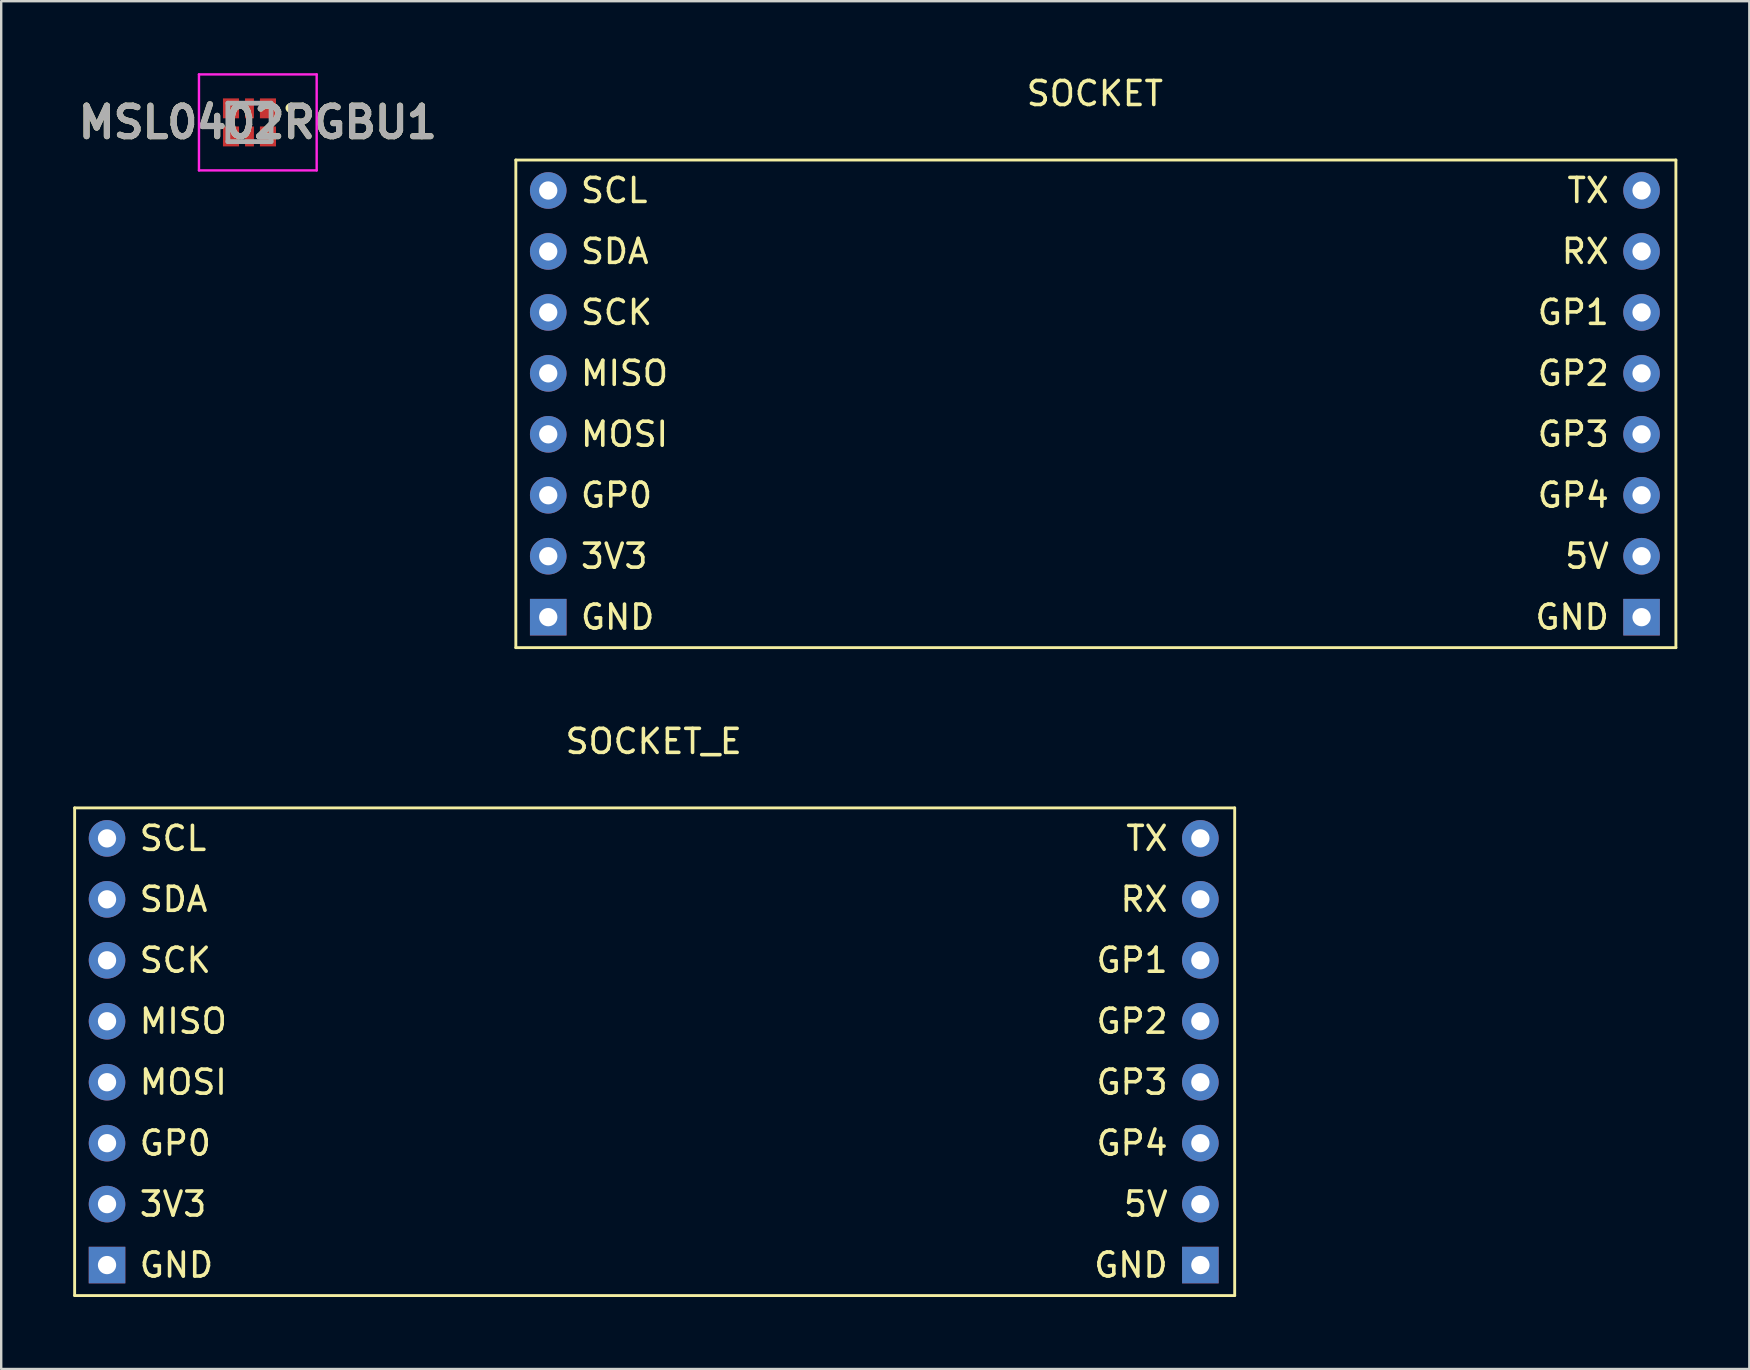
<source format=kicad_pcb>
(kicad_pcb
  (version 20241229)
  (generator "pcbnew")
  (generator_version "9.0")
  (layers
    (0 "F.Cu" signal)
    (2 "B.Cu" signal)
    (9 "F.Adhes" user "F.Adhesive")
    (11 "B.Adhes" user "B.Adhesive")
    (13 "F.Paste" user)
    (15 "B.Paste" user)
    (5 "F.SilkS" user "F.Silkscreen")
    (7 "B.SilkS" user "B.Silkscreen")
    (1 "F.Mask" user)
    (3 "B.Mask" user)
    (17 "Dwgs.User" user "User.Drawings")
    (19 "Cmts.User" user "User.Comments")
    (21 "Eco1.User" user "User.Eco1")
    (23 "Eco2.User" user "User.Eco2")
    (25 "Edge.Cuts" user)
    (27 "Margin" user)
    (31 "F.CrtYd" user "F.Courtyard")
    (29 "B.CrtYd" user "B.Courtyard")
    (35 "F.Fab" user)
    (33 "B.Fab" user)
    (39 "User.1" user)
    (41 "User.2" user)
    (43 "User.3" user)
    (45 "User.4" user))
  (footprint "SOCKET"
    (layer "F.Cu")
    (at 42.575 2.348)
    (property "Reference" "SOCKET" (at 0 -1.5 0) (layer "F.SilkS") (effects (font (size 1 1) (thickness 0.15))))
    (attr through_hole)
    (fp_line (start -24.13 1.27) (end 24.21 1.27) (stroke (width 0.12) (type solid)) (layer "F.SilkS"))
    (fp_line (start -24.13 21.59) (end -24.13 1.27) (stroke (width 0.12) (type solid)) (layer "F.SilkS"))
    (fp_line (start 24.21 1.27) (end 24.21 21.59) (stroke (width 0.12) (type solid)) (layer "F.SilkS"))
    (fp_line (start 24.21 21.59) (end -24.13 21.59) (stroke (width 0.12) (type solid)) (layer "F.SilkS"))
    (fp_text user "GND" (at -21.51 20.32 0) (layer "F.SilkS") (effects (font (size 1 1) (thickness 0.15)) (justify left)))
    (fp_text user "MISO" (at -21.51 10.16 0) (layer "F.SilkS") (effects (font (size 1 1) (thickness 0.15)) (justify left)))
    (fp_text user "GP4" (at 21.51 15.24 0) (layer "F.SilkS") (effects (font (size 1 1) (thickness 0.15)) (justify right)))
    (fp_text user "SDA" (at -21.51 5.08 0) (layer "F.SilkS") (effects (font (size 1 1) (thickness 0.15)) (justify left)))
    (fp_text user "5V" (at 21.51 17.78 0) (layer "F.SilkS") (effects (font (size 1 1) (thickness 0.15)) (justify right)))
    (fp_text user "GND" (at 21.51 20.32 0) (layer "F.SilkS") (effects (font (size 1 1) (thickness 0.15)) (justify right)))
    (fp_text user "GP2" (at 21.51 10.16 0) (layer "F.SilkS") (effects (font (size 1 1) (thickness 0.15)) (justify right)))
    (fp_text user "SCL" (at -21.51 2.54 0) (layer "F.SilkS") (effects (font (size 1 1) (thickness 0.15)) (justify left)))
    (fp_text user "GP3" (at 21.51 12.7 0) (layer "F.SilkS") (effects (font (size 1 1) (thickness 0.15)) (justify right)))
    (fp_text user "SCK" (at -21.51 7.62 0) (layer "F.SilkS") (effects (font (size 1 1) (thickness 0.15)) (justify left)))
    (fp_text user "3V3" (at -21.51 17.78 0) (layer "F.SilkS") (effects (font (size 1 1) (thickness 0.15)) (justify left)))
    (fp_text user "MOSI" (at -21.51 12.7 0) (layer "F.SilkS") (effects (font (size 1 1) (thickness 0.15)) (justify left)))
    (fp_text user "GP0" (at -21.51 15.24 0) (layer "F.SilkS") (effects (font (size 1 1) (thickness 0.15)) (justify left)))
    (fp_text user "GP1" (at 21.51 7.62 0) (layer "F.SilkS") (effects (font (size 1 1) (thickness 0.15)) (justify right)))
    (fp_text user "RX" (at 21.51 5.08 0) (layer "F.SilkS") (effects (font (size 1 1) (thickness 0.15)) (justify right)))
    (fp_text user "TX" (at 21.51 2.54 0) (layer "F.SilkS") (effects (font (size 1 1) (thickness 0.15)) (justify right)))
    (pad "1" thru_hole circle (at -22.78 2.54) (size 1.524 1.524) (drill 0.762) (layers "*.Cu" "*.Mask"))
    (pad "2" thru_hole circle (at -22.78 5.08) (size 1.524 1.524) (drill 0.762) (layers "*.Cu" "*.Mask"))
    (pad "3" thru_hole circle (at -22.78 7.62) (size 1.524 1.524) (drill 0.762) (layers "*.Cu" "*.Mask"))
    (pad "4" thru_hole circle (at -22.78 10.16) (size 1.524 1.524) (drill 0.762) (layers "*.Cu" "*.Mask"))
    (pad "5" thru_hole circle (at -22.78 12.7) (size 1.524 1.524) (drill 0.762) (layers "*.Cu" "*.Mask"))
    (pad "6" thru_hole circle (at -22.78 15.24) (size 1.524 1.524) (drill 0.762) (layers "*.Cu" "*.Mask"))
    (pad "7" thru_hole circle (at -22.78 17.78) (size 1.524 1.524) (drill 0.762) (layers "*.Cu" "*.Mask"))
    (pad "8" thru_hole rect (at -22.78 20.32) (size 1.524 1.524) (drill 0.762) (layers "*.Cu" "*.Mask"))
    (pad "9" thru_hole rect (at 22.78 20.32) (size 1.524 1.524) (drill 0.762) (layers "*.Cu" "*.Mask"))
    (pad "10" thru_hole circle (at 22.78 17.78) (size 1.524 1.524) (drill 0.762) (layers "*.Cu" "*.Mask"))
    (pad "11" thru_hole circle (at 22.78 15.24) (size 1.524 1.524) (drill 0.762) (layers "*.Cu" "*.Mask"))
    (pad "12" thru_hole circle (at 22.78 12.7) (size 1.524 1.524) (drill 0.762) (layers "*.Cu" "*.Mask"))
    (pad "13" thru_hole circle (at 22.78 10.16) (size 1.524 1.524) (drill 0.762) (layers "*.Cu" "*.Mask"))
    (pad "14" thru_hole circle (at 22.78 7.62) (size 1.524 1.524) (drill 0.762) (layers "*.Cu" "*.Mask"))
    (pad "15" thru_hole circle (at 22.78 5.08) (size 1.524 1.524) (drill 0.762) (layers "*.Cu" "*.Mask"))
    (pad "16" thru_hole circle (at 22.78 2.54) (size 1.524 1.524) (drill 0.762) (layers "*.Cu" "*.Mask")))
  (footprint "SOCKET_E"
    (layer "F.Cu")
    (at 24.19 29.346)
    (property "Reference" "SOCKET_E" (at 0 -1.5 0) (layer "F.SilkS") (effects (font (size 1 1) (thickness 0.15))))
    (attr through_hole)
    (fp_line (start -24.13 1.27) (end 24.21 1.27) (stroke (width 0.12) (type solid)) (layer "F.SilkS"))
    (fp_line (start -24.13 21.59) (end -24.13 1.27) (stroke (width 0.12) (type solid)) (layer "F.SilkS"))
    (fp_line (start 24.21 1.27) (end 24.21 21.59) (stroke (width 0.12) (type solid)) (layer "F.SilkS"))
    (fp_line (start 24.21 21.59) (end -24.13 21.59) (stroke (width 0.12) (type solid)) (layer "F.SilkS"))
    (fp_text user "RX" (at 21.51 5.08 0) (layer "F.SilkS") (effects (font (size 1 1) (thickness 0.15)) (justify right)))
    (fp_text user "5V" (at 21.51 17.78 0) (layer "F.SilkS") (effects (font (size 1 1) (thickness 0.15)) (justify right)))
    (fp_text user "GP1" (at 21.51 7.62 0) (layer "F.SilkS") (effects (font (size 1 1) (thickness 0.15)) (justify right)))
    (fp_text user "MISO" (at -21.51 10.16 0) (layer "F.SilkS") (effects (font (size 1 1) (thickness 0.15)) (justify left)))
    (fp_text user "GP0" (at -21.51 15.24 0) (layer "F.SilkS") (effects (font (size 1 1) (thickness 0.15)) (justify left)))
    (fp_text user "GND" (at 21.51 20.32 0) (layer "F.SilkS") (effects (font (size 1 1) (thickness 0.15)) (justify right)))
    (fp_text user "MOSI" (at -21.51 12.7 0) (layer "F.SilkS") (effects (font (size 1 1) (thickness 0.15)) (justify left)))
    (fp_text user "3V3" (at -21.51 17.78 0) (layer "F.SilkS") (effects (font (size 1 1) (thickness 0.15)) (justify left)))
    (fp_text user "GP4" (at 21.51 15.24 0) (layer "F.SilkS") (effects (font (size 1 1) (thickness 0.15)) (justify right)))
    (fp_text user "GP3" (at 21.51 12.7 0) (layer "F.SilkS") (effects (font (size 1 1) (thickness 0.15)) (justify right)))
    (fp_text user "SCL" (at -21.51 2.54 0) (layer "F.SilkS") (effects (font (size 1 1) (thickness 0.15)) (justify left)))
    (fp_text user "GP2" (at 21.51 10.16 0) (layer "F.SilkS") (effects (font (size 1 1) (thickness 0.15)) (justify right)))
    (fp_text user "GND" (at -21.51 20.32 0) (layer "F.SilkS") (effects (font (size 1 1) (thickness 0.15)) (justify left)))
    (fp_text user "SDA" (at -21.51 5.08 0) (layer "F.SilkS") (effects (font (size 1 1) (thickness 0.15)) (justify left)))
    (fp_text user "TX" (at 21.51 2.54 0) (layer "F.SilkS") (effects (font (size 1 1) (thickness 0.15)) (justify right)))
    (fp_text user "SCK" (at -21.51 7.62 0) (layer "F.SilkS") (effects (font (size 1 1) (thickness 0.15)) (justify left)))
    (pad "1" thru_hole circle (at -22.78 2.54) (size 1.524 1.524) (drill 0.762) (layers "*.Cu" "*.Mask"))
    (pad "2" thru_hole circle (at -22.78 5.08) (size 1.524 1.524) (drill 0.762) (layers "*.Cu" "*.Mask"))
    (pad "3" thru_hole circle (at -22.78 7.62) (size 1.524 1.524) (drill 0.762) (layers "*.Cu" "*.Mask"))
    (pad "4" thru_hole circle (at -22.78 10.16) (size 1.524 1.524) (drill 0.762) (layers "*.Cu" "*.Mask"))
    (pad "5" thru_hole circle (at -22.78 12.7) (size 1.524 1.524) (drill 0.762) (layers "*.Cu" "*.Mask"))
    (pad "6" thru_hole circle (at -22.78 15.24) (size 1.524 1.524) (drill 0.762) (layers "*.Cu" "*.Mask"))
    (pad "7" thru_hole circle (at -22.78 17.78) (size 1.524 1.524) (drill 0.762) (layers "*.Cu" "*.Mask"))
    (pad "8" thru_hole rect (at -22.78 20.32) (size 1.524 1.524) (drill 0.762) (layers "*.Cu" "*.Mask"))
    (pad "9" thru_hole rect (at 22.78 20.32) (size 1.524 1.524) (drill 0.762) (layers "*.Cu" "*.Mask"))
    (pad "10" thru_hole circle (at 22.78 17.78) (size 1.524 1.524) (drill 0.762) (layers "*.Cu" "*.Mask"))
    (pad "11" thru_hole circle (at 22.78 15.24) (size 1.524 1.524) (drill 0.762) (layers "*.Cu" "*.Mask"))
    (pad "12" thru_hole circle (at 22.78 12.7) (size 1.524 1.524) (drill 0.762) (layers "*.Cu" "*.Mask"))
    (pad "13" thru_hole circle (at 22.78 10.16) (size 1.524 1.524) (drill 0.762) (layers "*.Cu" "*.Mask"))
    (pad "14" thru_hole circle (at 22.78 7.62) (size 1.524 1.524) (drill 0.762) (layers "*.Cu" "*.Mask"))
    (pad "15" thru_hole circle (at 22.78 5.08) (size 1.524 1.524) (drill 0.762) (layers "*.Cu" "*.Mask"))
    (pad "16" thru_hole circle (at 22.78 2.54) (size 1.524 1.524) (drill 0.762) (layers "*.Cu" "*.Mask")))
  (footprint "MSL0402RGBU1"
    (layer "F.Cu")
    (at 7.796 2.05)
    (property "Reference" "MSL0402RGBU1" (at -0.103 0 0) (layer "F.SilkS") (effects (font (size 1.27 1.27) (thickness 0.254))))
    (attr smd)
    (fp_line (start 1.25 -0.7) (end 1.25 -0.7) (stroke (width 0.2) (type solid)) (layer "F.SilkS"))
    (fp_line (start 1.25 -0.5) (end 1.25 -0.5) (stroke (width 0.2) (type solid)) (layer "F.SilkS"))
    (fp_arc (start 1.25 -0.7) (mid 1.35 -0.6) (end 1.25 -0.5) (stroke (width 0.2) (type solid)) (layer "F.SilkS"))
    (fp_arc (start 1.25 -0.5) (mid 1.15 -0.6) (end 1.25 -0.7) (stroke (width 0.2) (type solid)) (layer "F.SilkS"))
    (fp_line (start -2.555 -2) (end 2.35 -2) (stroke (width 0.1) (type solid)) (layer "F.CrtYd"))
    (fp_line (start -2.555 2) (end -2.555 -2) (stroke (width 0.1) (type solid)) (layer "F.CrtYd"))
    (fp_line (start 2.35 -2) (end 2.35 2) (stroke (width 0.1) (type solid)) (layer "F.CrtYd"))
    (fp_line (start 2.35 2) (end -2.555 2) (stroke (width 0.1) (type solid)) (layer "F.CrtYd"))
    (fp_line (start -1.35 -0.8) (end 0.45 -0.8) (stroke (width 0.2) (type solid)) (layer "F.Fab"))
    (fp_line (start -1.35 0.8) (end -1.35 -0.8) (stroke (width 0.2) (type solid)) (layer "F.Fab"))
    (fp_line (start 0.45 -0.8) (end 0.45 0.8) (stroke (width 0.2) (type solid)) (layer "F.Fab"))
    (fp_line (start 0.45 0.8) (end -1.35 0.8) (stroke (width 0.2) (type solid)) (layer "F.Fab"))
    (fp_text user "${REFERENCE}" (at -0.103 0 0) (layer "F.Fab") (effects (font (size 1.27 1.27) (thickness 0.254))))
    (pad "1" smd rect (at 0.32 -0.585) (size 0.67 0.83) (layers "F.Cu" "F.Mask" "F.Paste"))
    (pad "2" smd rect (at -0.45 -0.585) (size 0.37 0.83) (layers "F.Cu" "F.Mask" "F.Paste"))
    (pad "3" smd rect (at -1.22 -0.585) (size 0.67 0.83) (layers "F.Cu" "F.Mask" "F.Paste"))
    (pad "4" smd rect (at -1.22 0.585) (size 0.67 0.83) (layers "F.Cu" "F.Mask" "F.Paste"))
    (pad "5" smd rect (at -0.45 0.585) (size 0.37 0.83) (layers "F.Cu" "F.Mask" "F.Paste"))
    (pad "6" smd rect (at 0.32 0.585) (size 0.67 0.83) (layers "F.Cu" "F.Mask" "F.Paste")))
  (gr_rect
    (start -3 -3)
    (end 69.845 53.996)
    (stroke (width 0.1) (type default))
    (fill no)
    (layer "Edge.Cuts")))
</source>
